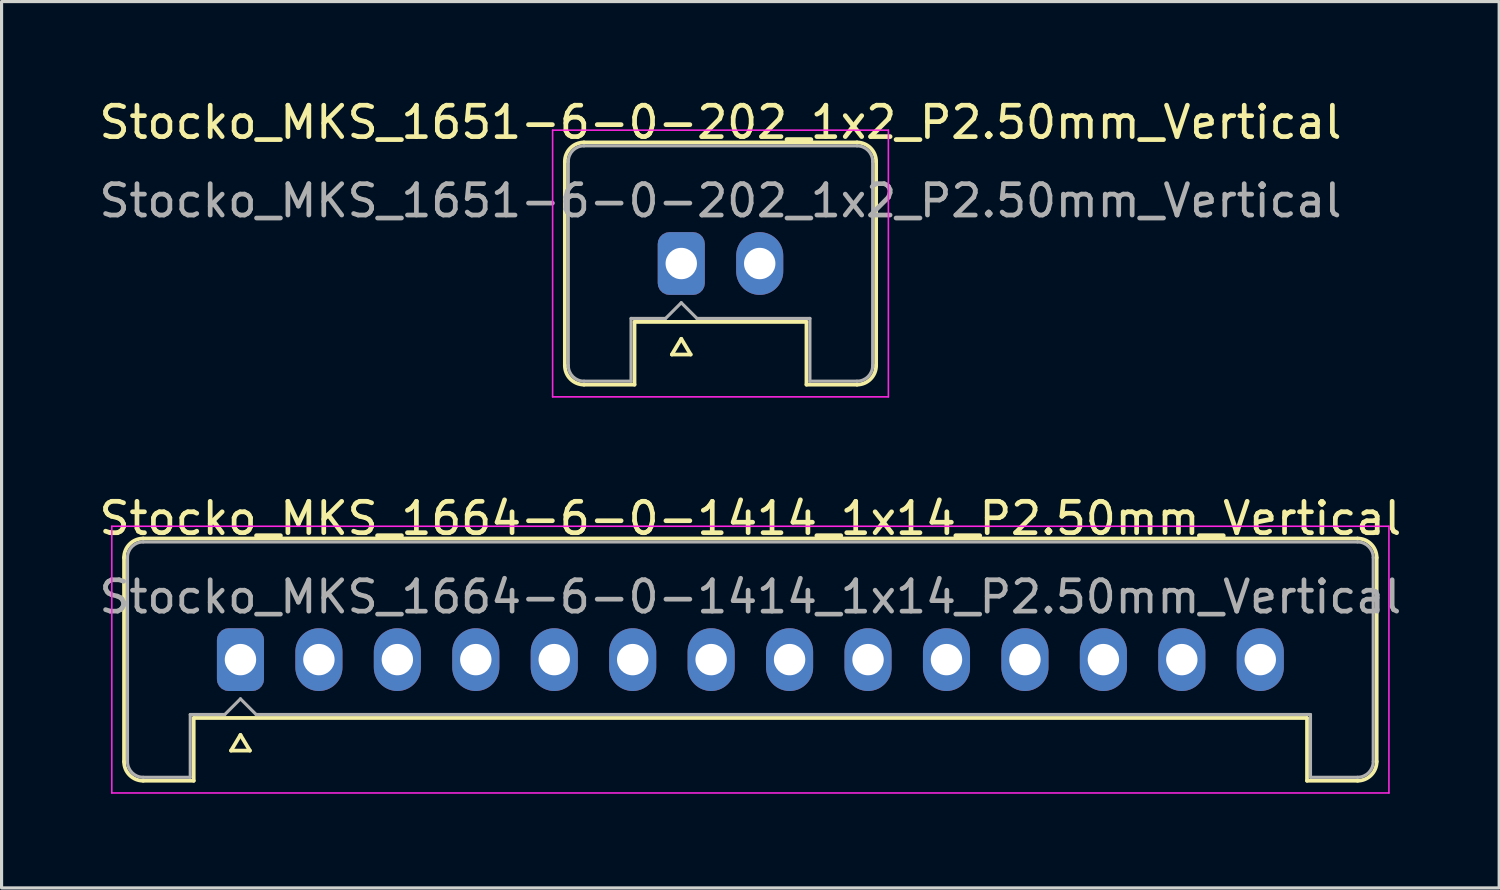
<source format=kicad_pcb>
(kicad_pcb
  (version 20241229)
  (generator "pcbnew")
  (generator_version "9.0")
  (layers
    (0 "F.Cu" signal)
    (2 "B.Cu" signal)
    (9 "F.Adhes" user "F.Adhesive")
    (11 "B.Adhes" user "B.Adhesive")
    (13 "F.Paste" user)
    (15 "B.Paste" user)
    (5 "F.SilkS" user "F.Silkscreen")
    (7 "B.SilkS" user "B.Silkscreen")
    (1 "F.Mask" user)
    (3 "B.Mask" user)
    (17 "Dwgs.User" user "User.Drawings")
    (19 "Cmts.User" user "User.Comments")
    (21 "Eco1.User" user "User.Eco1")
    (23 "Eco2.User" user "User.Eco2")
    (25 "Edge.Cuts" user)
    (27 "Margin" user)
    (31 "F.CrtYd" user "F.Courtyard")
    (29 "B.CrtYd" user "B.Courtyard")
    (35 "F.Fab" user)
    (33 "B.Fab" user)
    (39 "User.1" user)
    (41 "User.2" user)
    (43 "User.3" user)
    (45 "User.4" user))
  (footprint "Stocko_MKS_1651-6-0-202_1x2_P2.50mm_Vertical"
    (layer "F.Cu")
    (at 18.661 5.348)
    (property "Reference" "Stocko_MKS_1651-6-0-202_1x2_P2.50mm_Vertical" (at 1.25 -4.5 0) (layer "F.SilkS") (effects (font (size 1 1) (thickness 0.15))))
    (attr through_hole)
    (fp_line (start -3.71 -3.25) (end -3.71 3.25) (stroke (width 0.12) (type solid)) (layer "F.SilkS"))
    (fp_line (start -3.1 -3.86) (end 5.6 -3.86) (stroke (width 0.12) (type solid)) (layer "F.SilkS"))
    (fp_line (start -3.1 3.86) (end -1.49 3.86) (stroke (width 0.12) (type solid)) (layer "F.SilkS"))
    (fp_line (start -1.49 1.86) (end 3.99 1.86) (stroke (width 0.12) (type solid)) (layer "F.SilkS"))
    (fp_line (start -1.49 3.86) (end -1.49 1.86) (stroke (width 0.12) (type solid)) (layer "F.SilkS"))
    (fp_line (start -0.3 2.9) (end 0.3 2.9) (stroke (width 0.12) (type solid)) (layer "F.SilkS"))
    (fp_line (start 0 2.4) (end -0.3 2.9) (stroke (width 0.12) (type solid)) (layer "F.SilkS"))
    (fp_line (start 0.3 2.9) (end 0 2.4) (stroke (width 0.12) (type solid)) (layer "F.SilkS"))
    (fp_line (start 3.99 3.86) (end 3.99 1.86) (stroke (width 0.12) (type solid)) (layer "F.SilkS"))
    (fp_line (start 5.6 3.86) (end 3.99 3.86) (stroke (width 0.12) (type solid)) (layer "F.SilkS"))
    (fp_line (start 6.21 -3.25) (end 6.21 3.25) (stroke (width 0.12) (type solid)) (layer "F.SilkS"))
    (fp_arc (start -3.71 -3.25) (mid -3.531335 -3.681335) (end -3.1 -3.86) (stroke (width 0.12) (type solid)) (layer "F.SilkS"))
    (fp_arc (start -3.1 3.86) (mid -3.531335 3.681335) (end -3.71 3.25) (stroke (width 0.12) (type solid)) (layer "F.SilkS"))
    (fp_arc (start 5.6 -3.86) (mid 6.031335 -3.681335) (end 6.21 -3.25) (stroke (width 0.12) (type solid)) (layer "F.SilkS"))
    (fp_arc (start 6.21 3.25) (mid 6.031335 3.681335) (end 5.6 3.86) (stroke (width 0.12) (type solid)) (layer "F.SilkS"))
    (fp_line (start -4.1 -4.25) (end -4.1 4.25) (stroke (width 0.05) (type solid)) (layer "F.CrtYd"))
    (fp_line (start -4.1 4.25) (end 6.6 4.25) (stroke (width 0.05) (type solid)) (layer "F.CrtYd"))
    (fp_line (start 6.6 -4.25) (end -4.1 -4.25) (stroke (width 0.05) (type solid)) (layer "F.CrtYd"))
    (fp_line (start 6.6 4.25) (end 6.6 -4.25) (stroke (width 0.05) (type solid)) (layer "F.CrtYd"))
    (fp_line (start -3.6 -3.25) (end -3.6 3.25) (stroke (width 0.1) (type solid)) (layer "F.Fab"))
    (fp_line (start -3.1 -3.75) (end 5.6 -3.75) (stroke (width 0.1) (type solid)) (layer "F.Fab"))
    (fp_line (start -3.1 3.75) (end -1.6 3.75) (stroke (width 0.1) (type solid)) (layer "F.Fab"))
    (fp_line (start -1.6 1.75) (end -0.5 1.75) (stroke (width 0.1) (type solid)) (layer "F.Fab"))
    (fp_line (start -1.6 3.75) (end -1.6 1.75) (stroke (width 0.1) (type solid)) (layer "F.Fab"))
    (fp_line (start -0.5 1.75) (end 0 1.25) (stroke (width 0.1) (type solid)) (layer "F.Fab"))
    (fp_line (start 0 1.25) (end 0.5 1.75) (stroke (width 0.1) (type solid)) (layer "F.Fab"))
    (fp_line (start 0.5 1.75) (end 4.1 1.75) (stroke (width 0.1) (type solid)) (layer "F.Fab"))
    (fp_line (start 4.1 3.75) (end 4.1 1.75) (stroke (width 0.1) (type solid)) (layer "F.Fab"))
    (fp_line (start 5.6 3.75) (end 4.1 3.75) (stroke (width 0.1) (type solid)) (layer "F.Fab"))
    (fp_line (start 6.1 -3.25) (end 6.1 3.25) (stroke (width 0.1) (type solid)) (layer "F.Fab"))
    (fp_arc (start -3.6 -3.25) (mid -3.453553 -3.603553) (end -3.1 -3.75) (stroke (width 0.1) (type solid)) (layer "F.Fab"))
    (fp_arc (start -3.1 3.75) (mid -3.453553 3.603553) (end -3.6 3.25) (stroke (width 0.1) (type solid)) (layer "F.Fab"))
    (fp_arc (start 5.6 -3.75) (mid 5.953553 -3.603553) (end 6.1 -3.25) (stroke (width 0.1) (type solid)) (layer "F.Fab"))
    (fp_arc (start 6.1 3.25) (mid 5.953553 3.603553) (end 5.6 3.75) (stroke (width 0.1) (type solid)) (layer "F.Fab"))
    (fp_text user "${REFERENCE}" (at 1.25 -2 0) (layer "F.Fab") (effects (font (size 1 1) (thickness 0.15))))
    (pad "1" thru_hole roundrect (at 0 0) (size 1.5 2) (drill 1) (layers "*.Cu" "*.Mask") (roundrect_rratio 0.25))
    (pad "2" thru_hole oval (at 2.5 0) (size 1.5 2) (drill 1) (layers "*.Cu" "*.Mask")))
  (footprint "Stocko_MKS_1664-6-0-1414_1x14_P2.50mm_Vertical"
    (layer "F.Cu")
    (at 4.613 17.971)
    (property "Reference" "Stocko_MKS_1664-6-0-1414_1x14_P2.50mm_Vertical" (at 16.25 -4.5 0) (layer "F.SilkS") (effects (font (size 1 1) (thickness 0.15))))
    (attr through_hole)
    (fp_line (start -3.71 -3.25) (end -3.71 3.25) (stroke (width 0.12) (type solid)) (layer "F.SilkS"))
    (fp_line (start -3.1 -3.86) (end 35.6 -3.86) (stroke (width 0.12) (type solid)) (layer "F.SilkS"))
    (fp_line (start -3.1 3.86) (end -1.49 3.86) (stroke (width 0.12) (type solid)) (layer "F.SilkS"))
    (fp_line (start -1.49 1.86) (end 33.99 1.86) (stroke (width 0.12) (type solid)) (layer "F.SilkS"))
    (fp_line (start -1.49 3.86) (end -1.49 1.86) (stroke (width 0.12) (type solid)) (layer "F.SilkS"))
    (fp_line (start -0.3 2.9) (end 0.3 2.9) (stroke (width 0.12) (type solid)) (layer "F.SilkS"))
    (fp_line (start 0 2.4) (end -0.3 2.9) (stroke (width 0.12) (type solid)) (layer "F.SilkS"))
    (fp_line (start 0.3 2.9) (end 0 2.4) (stroke (width 0.12) (type solid)) (layer "F.SilkS"))
    (fp_line (start 33.99 3.86) (end 33.99 1.86) (stroke (width 0.12) (type solid)) (layer "F.SilkS"))
    (fp_line (start 35.6 3.86) (end 33.99 3.86) (stroke (width 0.12) (type solid)) (layer "F.SilkS"))
    (fp_line (start 36.21 -3.25) (end 36.21 3.25) (stroke (width 0.12) (type solid)) (layer "F.SilkS"))
    (fp_arc (start -3.71 -3.25) (mid -3.531335 -3.681335) (end -3.1 -3.86) (stroke (width 0.12) (type solid)) (layer "F.SilkS"))
    (fp_arc (start -3.1 3.86) (mid -3.531335 3.681335) (end -3.71 3.25) (stroke (width 0.12) (type solid)) (layer "F.SilkS"))
    (fp_arc (start 35.6 -3.86) (mid 36.031335 -3.681335) (end 36.21 -3.25) (stroke (width 0.12) (type solid)) (layer "F.SilkS"))
    (fp_arc (start 36.21 3.25) (mid 36.031335 3.681335) (end 35.6 3.86) (stroke (width 0.12) (type solid)) (layer "F.SilkS"))
    (fp_line (start -4.1 -4.25) (end -4.1 4.25) (stroke (width 0.05) (type solid)) (layer "F.CrtYd"))
    (fp_line (start -4.1 4.25) (end 36.6 4.25) (stroke (width 0.05) (type solid)) (layer "F.CrtYd"))
    (fp_line (start 36.6 -4.25) (end -4.1 -4.25) (stroke (width 0.05) (type solid)) (layer "F.CrtYd"))
    (fp_line (start 36.6 4.25) (end 36.6 -4.25) (stroke (width 0.05) (type solid)) (layer "F.CrtYd"))
    (fp_line (start -3.6 -3.25) (end -3.6 3.25) (stroke (width 0.1) (type solid)) (layer "F.Fab"))
    (fp_line (start -3.1 -3.75) (end 35.6 -3.75) (stroke (width 0.1) (type solid)) (layer "F.Fab"))
    (fp_line (start -3.1 3.75) (end -1.6 3.75) (stroke (width 0.1) (type solid)) (layer "F.Fab"))
    (fp_line (start -1.6 1.75) (end -0.5 1.75) (stroke (width 0.1) (type solid)) (layer "F.Fab"))
    (fp_line (start -1.6 3.75) (end -1.6 1.75) (stroke (width 0.1) (type solid)) (layer "F.Fab"))
    (fp_line (start -0.5 1.75) (end 0 1.25) (stroke (width 0.1) (type solid)) (layer "F.Fab"))
    (fp_line (start 0 1.25) (end 0.5 1.75) (stroke (width 0.1) (type solid)) (layer "F.Fab"))
    (fp_line (start 0.5 1.75) (end 34.1 1.75) (stroke (width 0.1) (type solid)) (layer "F.Fab"))
    (fp_line (start 34.1 3.75) (end 34.1 1.75) (stroke (width 0.1) (type solid)) (layer "F.Fab"))
    (fp_line (start 35.6 3.75) (end 34.1 3.75) (stroke (width 0.1) (type solid)) (layer "F.Fab"))
    (fp_line (start 36.1 -3.25) (end 36.1 3.25) (stroke (width 0.1) (type solid)) (layer "F.Fab"))
    (fp_arc (start -3.6 -3.25) (mid -3.453553 -3.603553) (end -3.1 -3.75) (stroke (width 0.1) (type solid)) (layer "F.Fab"))
    (fp_arc (start -3.1 3.75) (mid -3.453553 3.603553) (end -3.6 3.25) (stroke (width 0.1) (type solid)) (layer "F.Fab"))
    (fp_arc (start 35.6 -3.75) (mid 35.953553 -3.603553) (end 36.1 -3.25) (stroke (width 0.1) (type solid)) (layer "F.Fab"))
    (fp_arc (start 36.1 3.25) (mid 35.953553 3.603553) (end 35.6 3.75) (stroke (width 0.1) (type solid)) (layer "F.Fab"))
    (fp_text user "${REFERENCE}" (at 16.25 -2 0) (layer "F.Fab") (effects (font (size 1 1) (thickness 0.15))))
    (pad "1" thru_hole roundrect (at 0 0) (size 1.5 2) (drill 1) (layers "*.Cu" "*.Mask") (roundrect_rratio 0.25))
    (pad "2" thru_hole oval (at 2.5 0) (size 1.5 2) (drill 1) (layers "*.Cu" "*.Mask"))
    (pad "3" thru_hole oval (at 5 0) (size 1.5 2) (drill 1) (layers "*.Cu" "*.Mask"))
    (pad "4" thru_hole oval (at 7.5 0) (size 1.5 2) (drill 1) (layers "*.Cu" "*.Mask"))
    (pad "5" thru_hole oval (at 10 0) (size 1.5 2) (drill 1) (layers "*.Cu" "*.Mask"))
    (pad "6" thru_hole oval (at 12.5 0) (size 1.5 2) (drill 1) (layers "*.Cu" "*.Mask"))
    (pad "7" thru_hole oval (at 15 0) (size 1.5 2) (drill 1) (layers "*.Cu" "*.Mask"))
    (pad "8" thru_hole oval (at 17.5 0) (size 1.5 2) (drill 1) (layers "*.Cu" "*.Mask"))
    (pad "9" thru_hole oval (at 20 0) (size 1.5 2) (drill 1) (layers "*.Cu" "*.Mask"))
    (pad "10" thru_hole oval (at 22.5 0) (size 1.5 2) (drill 1) (layers "*.Cu" "*.Mask"))
    (pad "11" thru_hole oval (at 25 0) (size 1.5 2) (drill 1) (layers "*.Cu" "*.Mask"))
    (pad "12" thru_hole oval (at 27.5 0) (size 1.5 2) (drill 1) (layers "*.Cu" "*.Mask"))
    (pad "13" thru_hole oval (at 30 0) (size 1.5 2) (drill 1) (layers "*.Cu" "*.Mask"))
    (pad "14" thru_hole oval (at 32.5 0) (size 1.5 2) (drill 1) (layers "*.Cu" "*.Mask")))
  (gr_rect
    (start -3 -3)
    (end 44.726 25.247)
    (stroke (width 0.1) (type default))
    (fill no)
    (layer "Edge.Cuts")))
</source>
